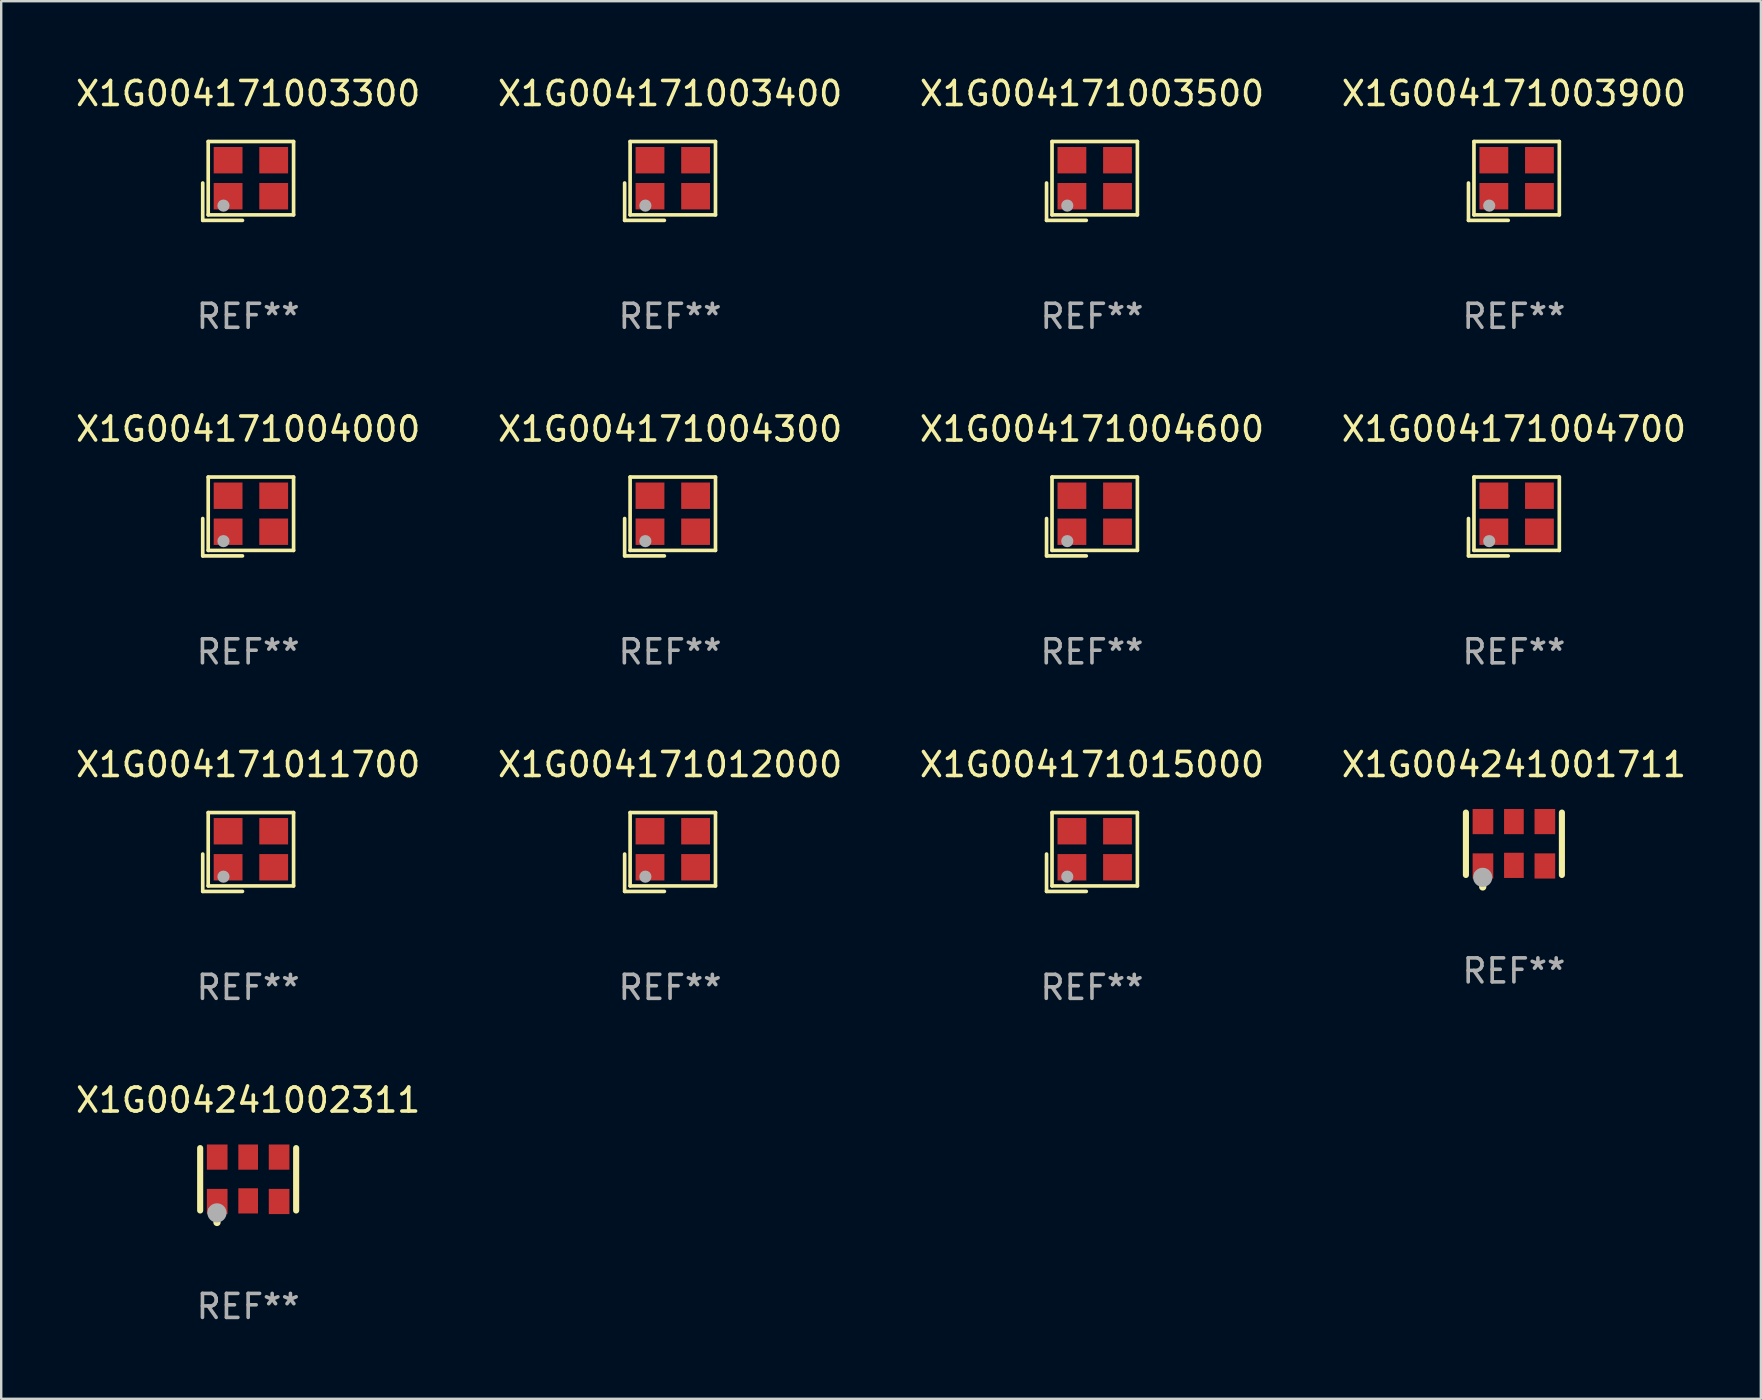
<source format=kicad_pcb>
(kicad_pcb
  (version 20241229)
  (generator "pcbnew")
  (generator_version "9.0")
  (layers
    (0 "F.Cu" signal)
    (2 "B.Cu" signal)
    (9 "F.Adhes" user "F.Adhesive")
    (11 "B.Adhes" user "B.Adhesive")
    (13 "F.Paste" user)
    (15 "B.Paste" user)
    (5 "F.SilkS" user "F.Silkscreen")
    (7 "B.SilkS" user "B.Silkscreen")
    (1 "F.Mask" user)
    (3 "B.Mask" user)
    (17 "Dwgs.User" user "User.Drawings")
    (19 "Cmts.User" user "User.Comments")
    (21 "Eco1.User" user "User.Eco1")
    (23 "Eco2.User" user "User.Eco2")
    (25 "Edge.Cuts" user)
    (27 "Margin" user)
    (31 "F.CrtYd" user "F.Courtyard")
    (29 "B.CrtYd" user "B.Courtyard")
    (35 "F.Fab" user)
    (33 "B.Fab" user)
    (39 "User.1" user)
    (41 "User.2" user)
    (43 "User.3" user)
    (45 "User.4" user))
  (footprint "X1G004171003400"
    (layer "F.Cu")
    (at 24.875 4.491)
    (property "Reference" "X1G004171003400" (at 0 -3.643 0) (layer "F.SilkS") (effects (font (size 1 1) (thickness 0.15))))
    (attr through_hole)
    (fp_line (start -1.893 0.086) (end -1.893 1.643) (stroke (width 0.152) (type solid)) (layer "F.SilkS"))
    (fp_line (start -1.893 1.643) (end -0.237 1.643) (stroke (width 0.152) (type solid)) (layer "F.SilkS"))
    (fp_line (start -1.665 -1.643) (end 1.893 -1.643) (stroke (width 0.152) (type solid)) (layer "F.SilkS"))
    (fp_line (start -1.665 1.414) (end -1.665 -1.643) (stroke (width 0.152) (type solid)) (layer "F.SilkS"))
    (fp_line (start 1.893 -1.643) (end 1.893 1.414) (stroke (width 0.152) (type solid)) (layer "F.SilkS"))
    (fp_line (start 1.893 1.414) (end -1.665 1.414) (stroke (width 0.152) (type solid)) (layer "F.SilkS"))
    (fp_circle (center -1.136 0.885) (end -1.106 0.885) (stroke (width 0.06) (type solid)) (fill no) (layer "F.SilkS"))
    (fp_circle (center -1.029 1.028) (end -0.902 1.028) (stroke (width 0.254) (type solid)) (fill no) (layer "F.Fab"))
    (fp_text user "REF**" (at 0 5.643 0) (layer "F.Fab") (effects (font (size 1 1) (thickness 0.15))))
    (pad "1" smd rect (at -0.836 0.636) (size 1.2 1.1) (layers "F.Cu" "F.Mask" "F.Paste"))
    (pad "2" smd rect (at 1.064 0.636) (size 1.2 1.1) (layers "F.Cu" "F.Mask" "F.Paste"))
    (pad "3" smd rect (at 1.064 -0.865) (size 1.2 1.1) (layers "F.Cu" "F.Mask" "F.Paste"))
    (pad "4" smd rect (at -0.836 -0.865) (size 1.2 1.1) (layers "F.Cu" "F.Mask" "F.Paste")))
  (footprint "X1G004171011700"
    (layer "F.Cu")
    (at 7.292 32.457)
    (property "Reference" "X1G004171011700" (at 0 -3.643 0) (layer "F.SilkS") (effects (font (size 1 1) (thickness 0.15))))
    (attr through_hole)
    (fp_line (start -1.893 0.086) (end -1.893 1.643) (stroke (width 0.152) (type solid)) (layer "F.SilkS"))
    (fp_line (start -1.893 1.643) (end -0.237 1.643) (stroke (width 0.152) (type solid)) (layer "F.SilkS"))
    (fp_line (start -1.665 -1.643) (end 1.893 -1.643) (stroke (width 0.152) (type solid)) (layer "F.SilkS"))
    (fp_line (start -1.665 1.414) (end -1.665 -1.643) (stroke (width 0.152) (type solid)) (layer "F.SilkS"))
    (fp_line (start 1.893 -1.643) (end 1.893 1.414) (stroke (width 0.152) (type solid)) (layer "F.SilkS"))
    (fp_line (start 1.893 1.414) (end -1.665 1.414) (stroke (width 0.152) (type solid)) (layer "F.SilkS"))
    (fp_circle (center -1.136 0.885) (end -1.106 0.885) (stroke (width 0.06) (type solid)) (fill no) (layer "F.SilkS"))
    (fp_circle (center -1.029 1.028) (end -0.902 1.028) (stroke (width 0.254) (type solid)) (fill no) (layer "F.Fab"))
    (fp_text user "REF**" (at 0 5.643 0) (layer "F.Fab") (effects (font (size 1 1) (thickness 0.15))))
    (pad "1" smd rect (at -0.836 0.636) (size 1.2 1.1) (layers "F.Cu" "F.Mask" "F.Paste"))
    (pad "2" smd rect (at 1.064 0.636) (size 1.2 1.1) (layers "F.Cu" "F.Mask" "F.Paste"))
    (pad "3" smd rect (at 1.064 -0.865) (size 1.2 1.1) (layers "F.Cu" "F.Mask" "F.Paste"))
    (pad "4" smd rect (at -0.836 -0.865) (size 1.2 1.1) (layers "F.Cu" "F.Mask" "F.Paste")))
  (footprint "X1G004171004300"
    (layer "F.Cu")
    (at 24.875 18.474)
    (property "Reference" "X1G004171004300" (at 0 -3.643 0) (layer "F.SilkS") (effects (font (size 1 1) (thickness 0.15))))
    (attr through_hole)
    (fp_line (start -1.893 0.086) (end -1.893 1.643) (stroke (width 0.152) (type solid)) (layer "F.SilkS"))
    (fp_line (start -1.893 1.643) (end -0.237 1.643) (stroke (width 0.152) (type solid)) (layer "F.SilkS"))
    (fp_line (start -1.665 -1.643) (end 1.893 -1.643) (stroke (width 0.152) (type solid)) (layer "F.SilkS"))
    (fp_line (start -1.665 1.414) (end -1.665 -1.643) (stroke (width 0.152) (type solid)) (layer "F.SilkS"))
    (fp_line (start 1.893 -1.643) (end 1.893 1.414) (stroke (width 0.152) (type solid)) (layer "F.SilkS"))
    (fp_line (start 1.893 1.414) (end -1.665 1.414) (stroke (width 0.152) (type solid)) (layer "F.SilkS"))
    (fp_circle (center -1.136 0.885) (end -1.106 0.885) (stroke (width 0.06) (type solid)) (fill no) (layer "F.SilkS"))
    (fp_circle (center -1.029 1.028) (end -0.902 1.028) (stroke (width 0.254) (type solid)) (fill no) (layer "F.Fab"))
    (fp_text user "REF**" (at 0 5.643 0) (layer "F.Fab") (effects (font (size 1 1) (thickness 0.15))))
    (pad "1" smd rect (at -0.836 0.636) (size 1.2 1.1) (layers "F.Cu" "F.Mask" "F.Paste"))
    (pad "2" smd rect (at 1.064 0.636) (size 1.2 1.1) (layers "F.Cu" "F.Mask" "F.Paste"))
    (pad "3" smd rect (at 1.064 -0.865) (size 1.2 1.1) (layers "F.Cu" "F.Mask" "F.Paste"))
    (pad "4" smd rect (at -0.836 -0.865) (size 1.2 1.1) (layers "F.Cu" "F.Mask" "F.Paste")))
  (footprint "X1G004171012000"
    (layer "F.Cu")
    (at 24.875 32.457)
    (property "Reference" "X1G004171012000" (at 0 -3.643 0) (layer "F.SilkS") (effects (font (size 1 1) (thickness 0.15))))
    (attr through_hole)
    (fp_line (start -1.893 0.086) (end -1.893 1.643) (stroke (width 0.152) (type solid)) (layer "F.SilkS"))
    (fp_line (start -1.893 1.643) (end -0.237 1.643) (stroke (width 0.152) (type solid)) (layer "F.SilkS"))
    (fp_line (start -1.665 -1.643) (end 1.893 -1.643) (stroke (width 0.152) (type solid)) (layer "F.SilkS"))
    (fp_line (start -1.665 1.414) (end -1.665 -1.643) (stroke (width 0.152) (type solid)) (layer "F.SilkS"))
    (fp_line (start 1.893 -1.643) (end 1.893 1.414) (stroke (width 0.152) (type solid)) (layer "F.SilkS"))
    (fp_line (start 1.893 1.414) (end -1.665 1.414) (stroke (width 0.152) (type solid)) (layer "F.SilkS"))
    (fp_circle (center -1.136 0.885) (end -1.106 0.885) (stroke (width 0.06) (type solid)) (fill no) (layer "F.SilkS"))
    (fp_circle (center -1.029 1.028) (end -0.902 1.028) (stroke (width 0.254) (type solid)) (fill no) (layer "F.Fab"))
    (fp_text user "REF**" (at 0 5.643 0) (layer "F.Fab") (effects (font (size 1 1) (thickness 0.15))))
    (pad "1" smd rect (at -0.836 0.636) (size 1.2 1.1) (layers "F.Cu" "F.Mask" "F.Paste"))
    (pad "2" smd rect (at 1.064 0.636) (size 1.2 1.1) (layers "F.Cu" "F.Mask" "F.Paste"))
    (pad "3" smd rect (at 1.064 -0.865) (size 1.2 1.1) (layers "F.Cu" "F.Mask" "F.Paste"))
    (pad "4" smd rect (at -0.836 -0.865) (size 1.2 1.1) (layers "F.Cu" "F.Mask" "F.Paste")))
  (footprint "X1G004171003900"
    (layer "F.Cu")
    (at 60.042 4.491)
    (property "Reference" "X1G004171003900" (at 0 -3.643 0) (layer "F.SilkS") (effects (font (size 1 1) (thickness 0.15))))
    (attr through_hole)
    (fp_line (start -1.893 0.086) (end -1.893 1.643) (stroke (width 0.152) (type solid)) (layer "F.SilkS"))
    (fp_line (start -1.893 1.643) (end -0.237 1.643) (stroke (width 0.152) (type solid)) (layer "F.SilkS"))
    (fp_line (start -1.665 -1.643) (end 1.893 -1.643) (stroke (width 0.152) (type solid)) (layer "F.SilkS"))
    (fp_line (start -1.665 1.414) (end -1.665 -1.643) (stroke (width 0.152) (type solid)) (layer "F.SilkS"))
    (fp_line (start 1.893 -1.643) (end 1.893 1.414) (stroke (width 0.152) (type solid)) (layer "F.SilkS"))
    (fp_line (start 1.893 1.414) (end -1.665 1.414) (stroke (width 0.152) (type solid)) (layer "F.SilkS"))
    (fp_circle (center -1.136 0.885) (end -1.106 0.885) (stroke (width 0.06) (type solid)) (fill no) (layer "F.SilkS"))
    (fp_circle (center -1.029 1.028) (end -0.902 1.028) (stroke (width 0.254) (type solid)) (fill no) (layer "F.Fab"))
    (fp_text user "REF**" (at 0 5.643 0) (layer "F.Fab") (effects (font (size 1 1) (thickness 0.15))))
    (pad "1" smd rect (at -0.836 0.636) (size 1.2 1.1) (layers "F.Cu" "F.Mask" "F.Paste"))
    (pad "2" smd rect (at 1.064 0.636) (size 1.2 1.1) (layers "F.Cu" "F.Mask" "F.Paste"))
    (pad "3" smd rect (at 1.064 -0.865) (size 1.2 1.1) (layers "F.Cu" "F.Mask" "F.Paste"))
    (pad "4" smd rect (at -0.836 -0.865) (size 1.2 1.1) (layers "F.Cu" "F.Mask" "F.Paste")))
  (footprint "X1G004171004700"
    (layer "F.Cu")
    (at 60.042 18.474)
    (property "Reference" "X1G004171004700" (at 0 -3.643 0) (layer "F.SilkS") (effects (font (size 1 1) (thickness 0.15))))
    (attr through_hole)
    (fp_line (start -1.893 0.086) (end -1.893 1.643) (stroke (width 0.152) (type solid)) (layer "F.SilkS"))
    (fp_line (start -1.893 1.643) (end -0.237 1.643) (stroke (width 0.152) (type solid)) (layer "F.SilkS"))
    (fp_line (start -1.665 -1.643) (end 1.893 -1.643) (stroke (width 0.152) (type solid)) (layer "F.SilkS"))
    (fp_line (start -1.665 1.414) (end -1.665 -1.643) (stroke (width 0.152) (type solid)) (layer "F.SilkS"))
    (fp_line (start 1.893 -1.643) (end 1.893 1.414) (stroke (width 0.152) (type solid)) (layer "F.SilkS"))
    (fp_line (start 1.893 1.414) (end -1.665 1.414) (stroke (width 0.152) (type solid)) (layer "F.SilkS"))
    (fp_circle (center -1.136 0.885) (end -1.106 0.885) (stroke (width 0.06) (type solid)) (fill no) (layer "F.SilkS"))
    (fp_circle (center -1.029 1.028) (end -0.902 1.028) (stroke (width 0.254) (type solid)) (fill no) (layer "F.Fab"))
    (fp_text user "REF**" (at 0 5.643 0) (layer "F.Fab") (effects (font (size 1 1) (thickness 0.15))))
    (pad "1" smd rect (at -0.836 0.636) (size 1.2 1.1) (layers "F.Cu" "F.Mask" "F.Paste"))
    (pad "2" smd rect (at 1.064 0.636) (size 1.2 1.1) (layers "F.Cu" "F.Mask" "F.Paste"))
    (pad "3" smd rect (at 1.064 -0.865) (size 1.2 1.1) (layers "F.Cu" "F.Mask" "F.Paste"))
    (pad "4" smd rect (at -0.836 -0.865) (size 1.2 1.1) (layers "F.Cu" "F.Mask" "F.Paste")))
  (footprint "X1G004241001711"
    (layer "F.Cu")
    (at 60.042 32.114)
    (property "Reference" "X1G004241001711" (at 0 -3.3 0) (layer "F.SilkS") (effects (font (size 1 1) (thickness 0.15))))
    (attr through_hole)
    (fp_line (start -2 -1.3) (end -2 1.3) (stroke (width 0.254) (type solid)) (layer "F.SilkS"))
    (fp_line (start 2 -1.3) (end 2 1.3) (stroke (width 0.254) (type solid)) (layer "F.SilkS"))
    (fp_arc (start -1.3 1.8) (mid -1.29873 1.799995) (end -1.29746 1.8) (stroke (width 0.3) (type solid)) (layer "F.SilkS"))
    (fp_circle (center -1.6 1.25) (end -1.57 1.25) (stroke (width 0.06) (type solid)) (fill no) (layer "F.SilkS"))
    (fp_circle (center -1.3 1.4) (end -1.1 1.4) (stroke (width 0.4) (type solid)) (fill no) (layer "F.Fab"))
    (fp_text user "REF**" (at 0 5.3 0) (layer "F.Fab") (effects (font (size 1 1) (thickness 0.15))))
    (pad "1" smd rect (at -1.29 0.925) (size 0.86 1.05) (layers "F.Cu" "F.Mask" "F.Paste"))
    (pad "2" smd rect (at 0 0.9) (size 0.82 1.05) (layers "F.Cu" "F.Mask" "F.Paste"))
    (pad "3" smd rect (at 1.29 0.925) (size 0.86 1.05) (layers "F.Cu" "F.Mask" "F.Paste"))
    (pad "4" smd rect (at 1.29 -0.925) (size 0.86 1.05) (layers "F.Cu" "F.Mask" "F.Paste"))
    (pad "5" smd rect (at 0 -0.925) (size 0.82 1.05) (layers "F.Cu" "F.Mask" "F.Paste"))
    (pad "6" smd rect (at -1.29 -0.925) (size 0.86 1.05) (layers "F.Cu" "F.Mask" "F.Paste")))
  (footprint "X1G004171003500"
    (layer "F.Cu")
    (at 42.458 4.491)
    (property "Reference" "X1G004171003500" (at 0 -3.643 0) (layer "F.SilkS") (effects (font (size 1 1) (thickness 0.15))))
    (attr through_hole)
    (fp_line (start -1.893 0.086) (end -1.893 1.643) (stroke (width 0.152) (type solid)) (layer "F.SilkS"))
    (fp_line (start -1.893 1.643) (end -0.237 1.643) (stroke (width 0.152) (type solid)) (layer "F.SilkS"))
    (fp_line (start -1.665 -1.643) (end 1.893 -1.643) (stroke (width 0.152) (type solid)) (layer "F.SilkS"))
    (fp_line (start -1.665 1.414) (end -1.665 -1.643) (stroke (width 0.152) (type solid)) (layer "F.SilkS"))
    (fp_line (start 1.893 -1.643) (end 1.893 1.414) (stroke (width 0.152) (type solid)) (layer "F.SilkS"))
    (fp_line (start 1.893 1.414) (end -1.665 1.414) (stroke (width 0.152) (type solid)) (layer "F.SilkS"))
    (fp_circle (center -1.136 0.885) (end -1.106 0.885) (stroke (width 0.06) (type solid)) (fill no) (layer "F.SilkS"))
    (fp_circle (center -1.029 1.028) (end -0.902 1.028) (stroke (width 0.254) (type solid)) (fill no) (layer "F.Fab"))
    (fp_text user "REF**" (at 0 5.643 0) (layer "F.Fab") (effects (font (size 1 1) (thickness 0.15))))
    (pad "1" smd rect (at -0.836 0.636) (size 1.2 1.1) (layers "F.Cu" "F.Mask" "F.Paste"))
    (pad "2" smd rect (at 1.064 0.636) (size 1.2 1.1) (layers "F.Cu" "F.Mask" "F.Paste"))
    (pad "3" smd rect (at 1.064 -0.865) (size 1.2 1.1) (layers "F.Cu" "F.Mask" "F.Paste"))
    (pad "4" smd rect (at -0.836 -0.865) (size 1.2 1.1) (layers "F.Cu" "F.Mask" "F.Paste")))
  (footprint "X1G004171003300"
    (layer "F.Cu")
    (at 7.292 4.491)
    (property "Reference" "X1G004171003300" (at 0 -3.643 0) (layer "F.SilkS") (effects (font (size 1 1) (thickness 0.15))))
    (attr through_hole)
    (fp_line (start -1.893 0.086) (end -1.893 1.643) (stroke (width 0.152) (type solid)) (layer "F.SilkS"))
    (fp_line (start -1.893 1.643) (end -0.237 1.643) (stroke (width 0.152) (type solid)) (layer "F.SilkS"))
    (fp_line (start -1.665 -1.643) (end 1.893 -1.643) (stroke (width 0.152) (type solid)) (layer "F.SilkS"))
    (fp_line (start -1.665 1.414) (end -1.665 -1.643) (stroke (width 0.152) (type solid)) (layer "F.SilkS"))
    (fp_line (start 1.893 -1.643) (end 1.893 1.414) (stroke (width 0.152) (type solid)) (layer "F.SilkS"))
    (fp_line (start 1.893 1.414) (end -1.665 1.414) (stroke (width 0.152) (type solid)) (layer "F.SilkS"))
    (fp_circle (center -1.136 0.885) (end -1.106 0.885) (stroke (width 0.06) (type solid)) (fill no) (layer "F.SilkS"))
    (fp_circle (center -1.029 1.028) (end -0.902 1.028) (stroke (width 0.254) (type solid)) (fill no) (layer "F.Fab"))
    (fp_text user "REF**" (at 0 5.643 0) (layer "F.Fab") (effects (font (size 1 1) (thickness 0.15))))
    (pad "1" smd rect (at -0.836 0.636) (size 1.2 1.1) (layers "F.Cu" "F.Mask" "F.Paste"))
    (pad "2" smd rect (at 1.064 0.636) (size 1.2 1.1) (layers "F.Cu" "F.Mask" "F.Paste"))
    (pad "3" smd rect (at 1.064 -0.865) (size 1.2 1.1) (layers "F.Cu" "F.Mask" "F.Paste"))
    (pad "4" smd rect (at -0.836 -0.865) (size 1.2 1.1) (layers "F.Cu" "F.Mask" "F.Paste")))
  (footprint "X1G004171004600"
    (layer "F.Cu")
    (at 42.458 18.474)
    (property "Reference" "X1G004171004600" (at 0 -3.643 0) (layer "F.SilkS") (effects (font (size 1 1) (thickness 0.15))))
    (attr through_hole)
    (fp_line (start -1.893 0.086) (end -1.893 1.643) (stroke (width 0.152) (type solid)) (layer "F.SilkS"))
    (fp_line (start -1.893 1.643) (end -0.237 1.643) (stroke (width 0.152) (type solid)) (layer "F.SilkS"))
    (fp_line (start -1.665 -1.643) (end 1.893 -1.643) (stroke (width 0.152) (type solid)) (layer "F.SilkS"))
    (fp_line (start -1.665 1.414) (end -1.665 -1.643) (stroke (width 0.152) (type solid)) (layer "F.SilkS"))
    (fp_line (start 1.893 -1.643) (end 1.893 1.414) (stroke (width 0.152) (type solid)) (layer "F.SilkS"))
    (fp_line (start 1.893 1.414) (end -1.665 1.414) (stroke (width 0.152) (type solid)) (layer "F.SilkS"))
    (fp_circle (center -1.136 0.885) (end -1.106 0.885) (stroke (width 0.06) (type solid)) (fill no) (layer "F.SilkS"))
    (fp_circle (center -1.029 1.028) (end -0.902 1.028) (stroke (width 0.254) (type solid)) (fill no) (layer "F.Fab"))
    (fp_text user "REF**" (at 0 5.643 0) (layer "F.Fab") (effects (font (size 1 1) (thickness 0.15))))
    (pad "1" smd rect (at -0.836 0.636) (size 1.2 1.1) (layers "F.Cu" "F.Mask" "F.Paste"))
    (pad "2" smd rect (at 1.064 0.636) (size 1.2 1.1) (layers "F.Cu" "F.Mask" "F.Paste"))
    (pad "3" smd rect (at 1.064 -0.865) (size 1.2 1.1) (layers "F.Cu" "F.Mask" "F.Paste"))
    (pad "4" smd rect (at -0.836 -0.865) (size 1.2 1.1) (layers "F.Cu" "F.Mask" "F.Paste")))
  (footprint "X1G004241002311"
    (layer "F.Cu")
    (at 7.292 46.097)
    (property "Reference" "X1G004241002311" (at 0 -3.3 0) (layer "F.SilkS") (effects (font (size 1 1) (thickness 0.15))))
    (attr through_hole)
    (fp_line (start -2 -1.3) (end -2 1.3) (stroke (width 0.254) (type solid)) (layer "F.SilkS"))
    (fp_line (start 2 -1.3) (end 2 1.3) (stroke (width 0.254) (type solid)) (layer "F.SilkS"))
    (fp_arc (start -1.3 1.8) (mid -1.29873 1.799995) (end -1.29746 1.8) (stroke (width 0.3) (type solid)) (layer "F.SilkS"))
    (fp_circle (center -1.6 1.25) (end -1.57 1.25) (stroke (width 0.06) (type solid)) (fill no) (layer "F.SilkS"))
    (fp_circle (center -1.3 1.4) (end -1.1 1.4) (stroke (width 0.4) (type solid)) (fill no) (layer "F.Fab"))
    (fp_text user "REF**" (at 0 5.3 0) (layer "F.Fab") (effects (font (size 1 1) (thickness 0.15))))
    (pad "1" smd rect (at -1.29 0.925) (size 0.86 1.05) (layers "F.Cu" "F.Mask" "F.Paste"))
    (pad "2" smd rect (at 0 0.9) (size 0.82 1.05) (layers "F.Cu" "F.Mask" "F.Paste"))
    (pad "3" smd rect (at 1.29 0.925) (size 0.86 1.05) (layers "F.Cu" "F.Mask" "F.Paste"))
    (pad "4" smd rect (at 1.29 -0.925) (size 0.86 1.05) (layers "F.Cu" "F.Mask" "F.Paste"))
    (pad "5" smd rect (at 0 -0.925) (size 0.82 1.05) (layers "F.Cu" "F.Mask" "F.Paste"))
    (pad "6" smd rect (at -1.29 -0.925) (size 0.86 1.05) (layers "F.Cu" "F.Mask" "F.Paste")))
  (footprint "X1G004171004000"
    (layer "F.Cu")
    (at 7.292 18.474)
    (property "Reference" "X1G004171004000" (at 0 -3.643 0) (layer "F.SilkS") (effects (font (size 1 1) (thickness 0.15))))
    (attr through_hole)
    (fp_line (start -1.893 0.086) (end -1.893 1.643) (stroke (width 0.152) (type solid)) (layer "F.SilkS"))
    (fp_line (start -1.893 1.643) (end -0.237 1.643) (stroke (width 0.152) (type solid)) (layer "F.SilkS"))
    (fp_line (start -1.665 -1.643) (end 1.893 -1.643) (stroke (width 0.152) (type solid)) (layer "F.SilkS"))
    (fp_line (start -1.665 1.414) (end -1.665 -1.643) (stroke (width 0.152) (type solid)) (layer "F.SilkS"))
    (fp_line (start 1.893 -1.643) (end 1.893 1.414) (stroke (width 0.152) (type solid)) (layer "F.SilkS"))
    (fp_line (start 1.893 1.414) (end -1.665 1.414) (stroke (width 0.152) (type solid)) (layer "F.SilkS"))
    (fp_circle (center -1.136 0.885) (end -1.106 0.885) (stroke (width 0.06) (type solid)) (fill no) (layer "F.SilkS"))
    (fp_circle (center -1.029 1.028) (end -0.902 1.028) (stroke (width 0.254) (type solid)) (fill no) (layer "F.Fab"))
    (fp_text user "REF**" (at 0 5.643 0) (layer "F.Fab") (effects (font (size 1 1) (thickness 0.15))))
    (pad "1" smd rect (at -0.836 0.636) (size 1.2 1.1) (layers "F.Cu" "F.Mask" "F.Paste"))
    (pad "2" smd rect (at 1.064 0.636) (size 1.2 1.1) (layers "F.Cu" "F.Mask" "F.Paste"))
    (pad "3" smd rect (at 1.064 -0.865) (size 1.2 1.1) (layers "F.Cu" "F.Mask" "F.Paste"))
    (pad "4" smd rect (at -0.836 -0.865) (size 1.2 1.1) (layers "F.Cu" "F.Mask" "F.Paste")))
  (footprint "X1G004171015000"
    (layer "F.Cu")
    (at 42.458 32.457)
    (property "Reference" "X1G004171015000" (at 0 -3.643 0) (layer "F.SilkS") (effects (font (size 1 1) (thickness 0.15))))
    (attr through_hole)
    (fp_line (start -1.893 0.086) (end -1.893 1.643) (stroke (width 0.152) (type solid)) (layer "F.SilkS"))
    (fp_line (start -1.893 1.643) (end -0.237 1.643) (stroke (width 0.152) (type solid)) (layer "F.SilkS"))
    (fp_line (start -1.665 -1.643) (end 1.893 -1.643) (stroke (width 0.152) (type solid)) (layer "F.SilkS"))
    (fp_line (start -1.665 1.414) (end -1.665 -1.643) (stroke (width 0.152) (type solid)) (layer "F.SilkS"))
    (fp_line (start 1.893 -1.643) (end 1.893 1.414) (stroke (width 0.152) (type solid)) (layer "F.SilkS"))
    (fp_line (start 1.893 1.414) (end -1.665 1.414) (stroke (width 0.152) (type solid)) (layer "F.SilkS"))
    (fp_circle (center -1.136 0.885) (end -1.106 0.885) (stroke (width 0.06) (type solid)) (fill no) (layer "F.SilkS"))
    (fp_circle (center -1.029 1.028) (end -0.902 1.028) (stroke (width 0.254) (type solid)) (fill no) (layer "F.Fab"))
    (fp_text user "REF**" (at 0 5.643 0) (layer "F.Fab") (effects (font (size 1 1) (thickness 0.15))))
    (pad "1" smd rect (at -0.836 0.636) (size 1.2 1.1) (layers "F.Cu" "F.Mask" "F.Paste"))
    (pad "2" smd rect (at 1.064 0.636) (size 1.2 1.1) (layers "F.Cu" "F.Mask" "F.Paste"))
    (pad "3" smd rect (at 1.064 -0.865) (size 1.2 1.1) (layers "F.Cu" "F.Mask" "F.Paste"))
    (pad "4" smd rect (at -0.836 -0.865) (size 1.2 1.1) (layers "F.Cu" "F.Mask" "F.Paste")))
  (gr_rect
    (start -3 -3)
    (end 70.333 55.245)
    (stroke (width 0.1) (type default))
    (fill no)
    (layer "Edge.Cuts")))
</source>
